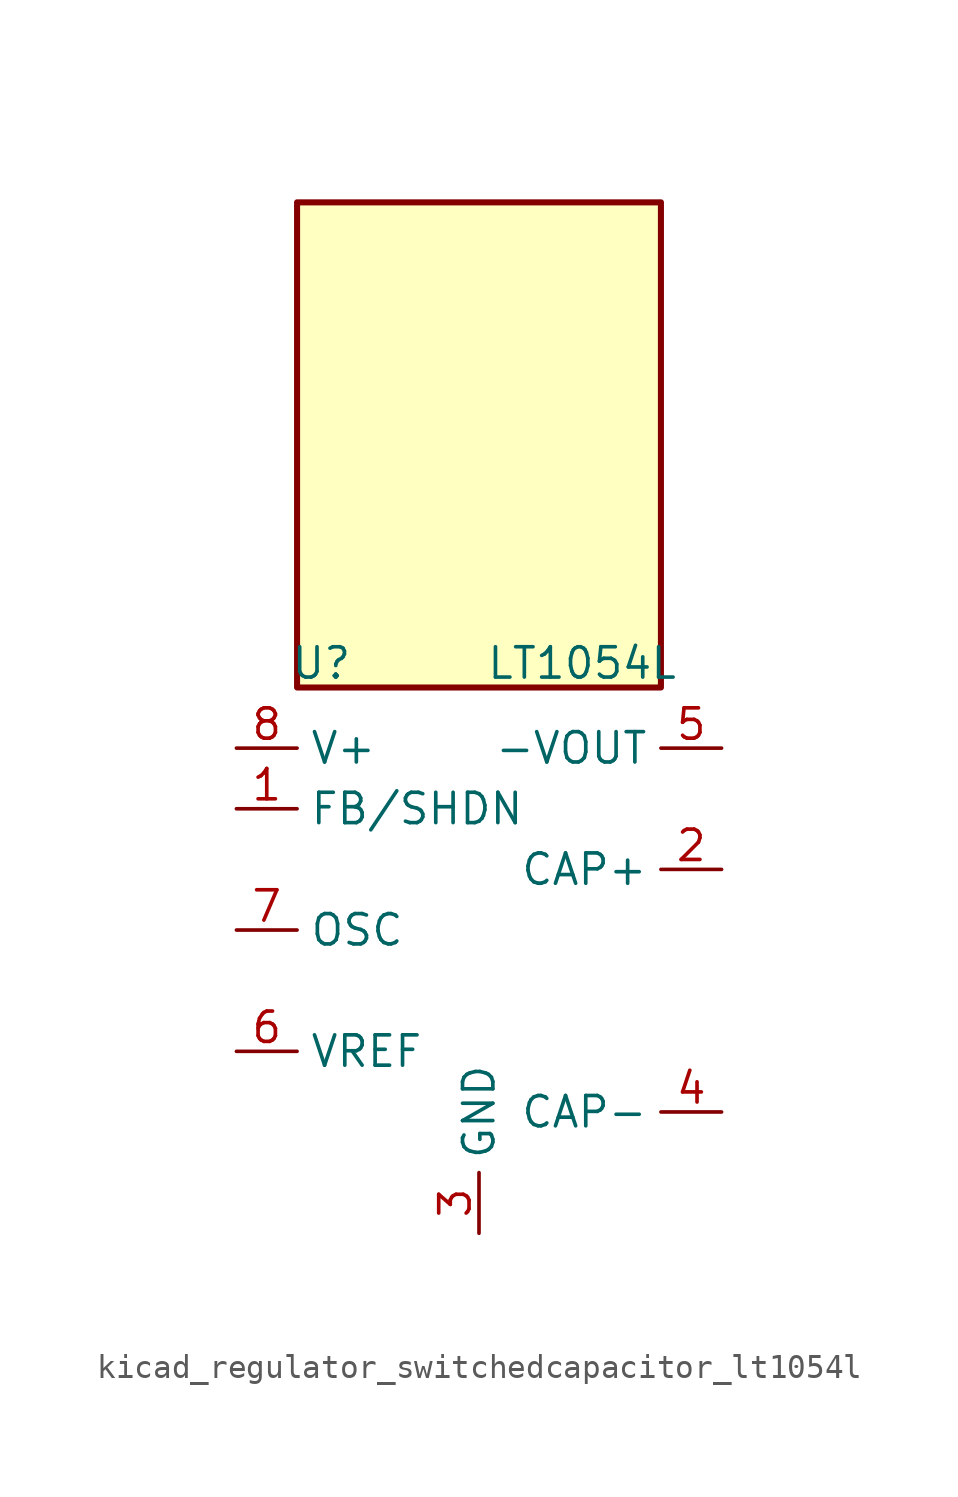
<source format=kicad_sym>
(kicad_symbol_lib
  (version 20220914)
  (generator kicad_symbol_editor)
  (symbol "kicad_regulator_switchedcapacitor_lt1054l"
    (property "Reference" "U"
      (at -6.604 11.176 0)
      (effects (font (size 1.27 1.27))))
    (property "Value" "LT1054L"
      (at 4.318 11.176 0)
      (effects (font (size 1.27 1.27))))
    (symbol "kicad_regulator_switchedcapacitor_lt1054l_0_1"
      (rectangle (start 7.62 30.48) (end -7.62 10.16) (stroke (width 0.254) (type default)) (fill (type background))))
    (symbol "kicad_regulator_switchedcapacitor_lt1054l_1_1"
      (pin input line (at -10.16 5.08 0) (length 2.54) (name "FB/SHDN" (effects (font (size 1.27 1.27)))) (number "1" (effects (font (size 1.27 1.27)))))
      (pin input line (at 10.16 2.54 180) (length 2.54) (name "CAP+" (effects (font (size 1.27 1.27)))) (number "2" (effects (font (size 1.27 1.27)))))
      (pin power_in line (at 0 -12.7 90) (length 2.54) (name "GND" (effects (font (size 1.27 1.27)))) (number "3" (effects (font (size 1.27 1.27)))))
      (pin input line (at 10.16 -7.62 180) (length 2.54) (name "CAP-" (effects (font (size 1.27 1.27)))) (number "4" (effects (font (size 1.27 1.27)))))
      (pin power_out line (at 10.16 7.62 180) (length 2.54) (name "-VOUT" (effects (font (size 1.27 1.27)))) (number "5" (effects (font (size 1.27 1.27)))))
      (pin output line (at -10.16 -5.08 0) (length 2.54) (name "VREF" (effects (font (size 1.27 1.27)))) (number "6" (effects (font (size 1.27 1.27)))))
      (pin input line (at -10.16 0 0) (length 2.54) (name "OSC" (effects (font (size 1.27 1.27)))) (number "7" (effects (font (size 1.27 1.27)))))
      (pin power_in line (at -10.16 7.62 0) (length 2.54) (name "V+" (effects (font (size 1.27 1.27)))) (number "8" (effects (font (size 1.27 1.27))))))))
</source>
